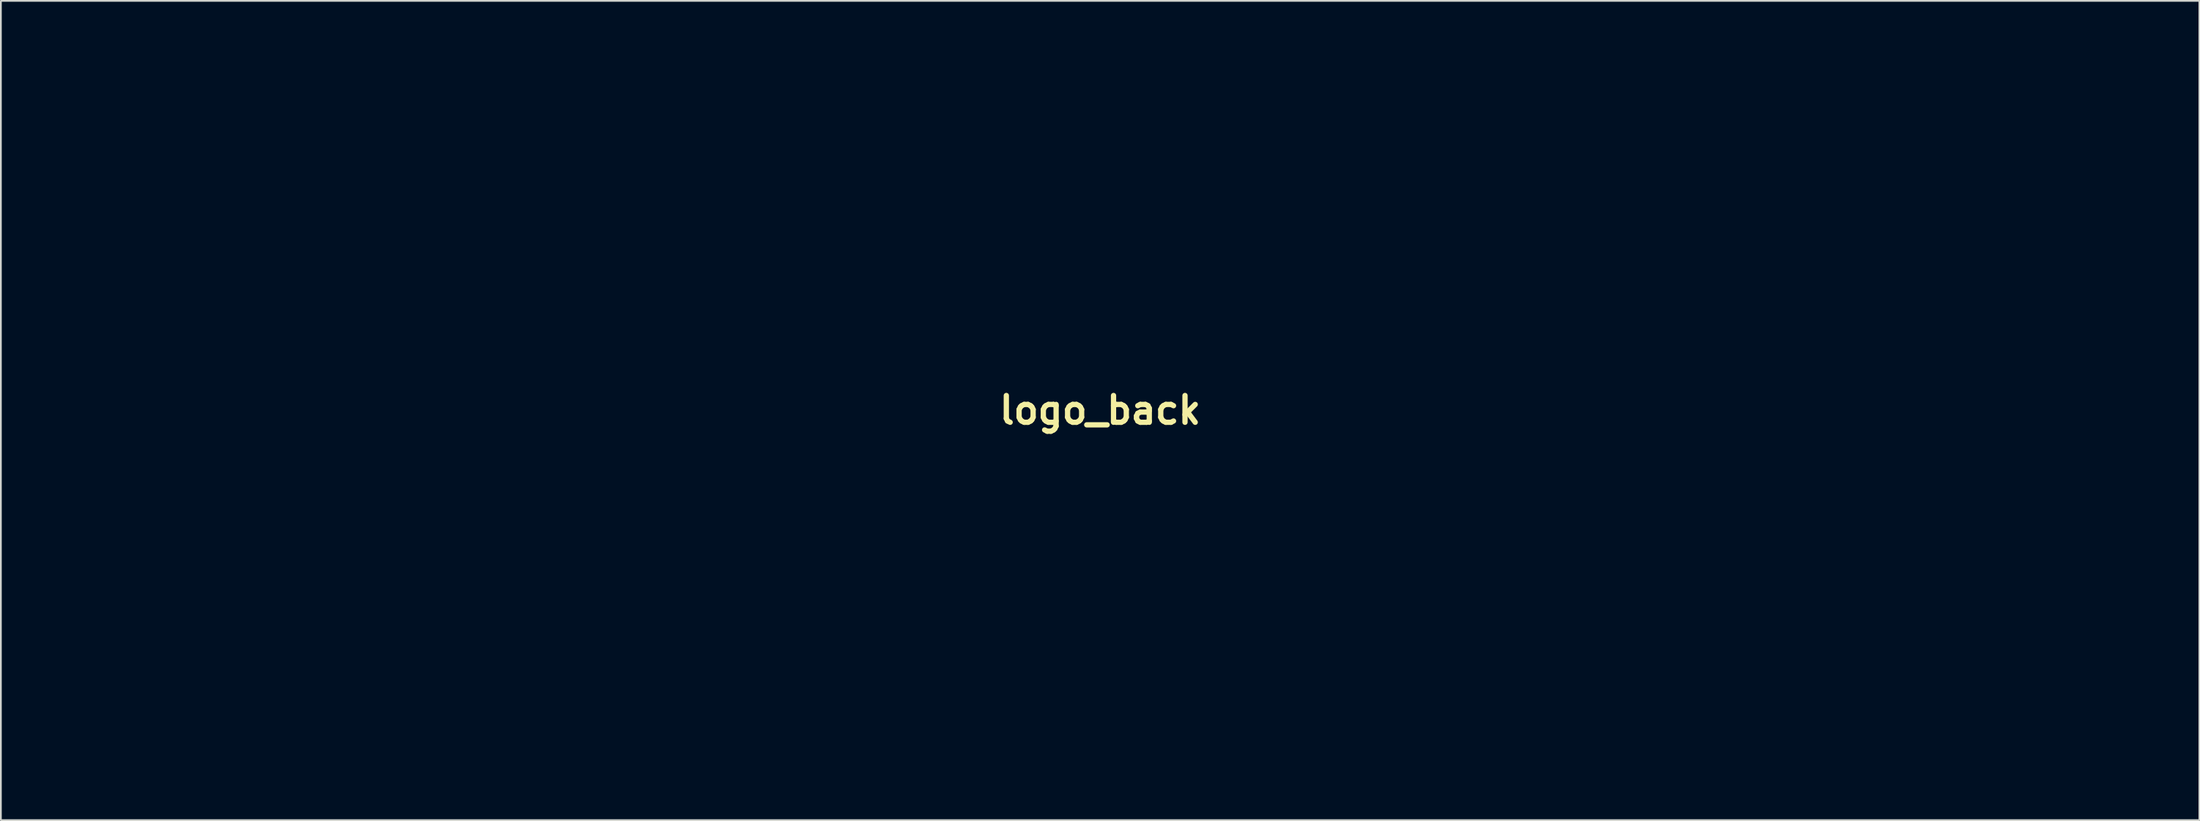
<source format=kicad_pcb>
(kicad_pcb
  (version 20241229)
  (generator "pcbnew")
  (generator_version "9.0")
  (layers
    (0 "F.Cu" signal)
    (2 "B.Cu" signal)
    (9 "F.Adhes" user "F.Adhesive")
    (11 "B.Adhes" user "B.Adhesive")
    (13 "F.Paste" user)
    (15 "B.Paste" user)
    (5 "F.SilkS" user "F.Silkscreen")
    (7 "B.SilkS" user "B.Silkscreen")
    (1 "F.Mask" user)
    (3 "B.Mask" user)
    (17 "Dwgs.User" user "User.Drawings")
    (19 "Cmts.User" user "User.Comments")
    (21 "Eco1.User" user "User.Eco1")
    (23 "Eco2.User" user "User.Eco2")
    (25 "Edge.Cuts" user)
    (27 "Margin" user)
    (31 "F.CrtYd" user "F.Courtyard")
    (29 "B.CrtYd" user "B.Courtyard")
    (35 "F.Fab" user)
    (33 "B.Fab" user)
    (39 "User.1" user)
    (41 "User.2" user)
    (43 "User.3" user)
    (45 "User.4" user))
  (footprint "logo_back"
    (layer "F.Cu")
    (at 59.505 20.287)
    (property "Reference" "logo_back" (at 0 0 0) (layer "F.SilkS") (effects (font (size 1.524 1.524) (thickness 0.3))))
    (attr through_hole)
    (fp_poly (pts (xy -39.306 13.208) (xy -43.021 13.208) (xy -43.021 -12.192) (xy -39.306 -12.192) (xy -39.306 13.208)) (stroke (width 0.01) (type solid)) (fill yes) (layer "F.Mask"))
    (fp_poly (pts (xy 25.94 19.241) (xy -59.499 19.241) (xy -59.499 16.256) (xy 25.94 16.256) (xy 25.94 19.241)) (stroke (width 0.01) (type solid)) (fill yes) (layer "F.Mask"))
    (fp_poly (pts (xy 25.971 13.208) (xy 22.257 13.208) (xy 22.257 -12.192) (xy 25.971 -12.192) (xy 25.971 13.208)) (stroke (width 0.01) (type solid)) (fill yes) (layer "F.Mask"))
    (fp_poly (pts (xy 59.499 19.241) (xy 37.56 19.241) (xy 37.56 16.256) (xy 59.499 16.256) (xy 59.499 19.241)) (stroke (width 0.01) (type solid)) (fill yes) (layer "F.Mask"))
    (fp_poly (pts (xy 24.273 -20.279) (xy 24.554 -20.253) (xy 24.781 -20.207) (xy 25.096 -20.09) (xy 25.383 -19.918) (xy 25.637 -19.697) (xy 25.853 -19.43) (xy 26.028 -19.124) (xy 26.157 -18.781) (xy 26.168 -18.742) (xy 26.209 -18.533) (xy 26.233 -18.284) (xy 26.24 -18.016) (xy 26.23 -17.747) (xy 26.203 -17.5) (xy 26.166 -17.32) (xy 26.038 -16.943) (xy 25.87 -16.616) (xy 25.664 -16.338) (xy 25.419 -16.11) (xy 25.136 -15.933) (xy 24.816 -15.807) (xy 24.779 -15.796) (xy 24.636 -15.768) (xy 24.449 -15.747) (xy 24.234 -15.733) (xy 24.011 -15.728) (xy 23.798 -15.731) (xy 23.614 -15.744) (xy 23.495 -15.762) (xy 23.269 -15.819) (xy 23.073 -15.895) (xy 22.878 -16.001) (xy 22.786 -16.059) (xy 22.576 -16.223) (xy 22.401 -16.42) (xy 22.25 -16.664) (xy 22.211 -16.744) (xy 22.061 -17.128) (xy 21.968 -17.539) (xy 21.931 -17.974) (xy 21.943 -18.348) (xy 22.002 -18.727) (xy 22.108 -19.074) (xy 22.26 -19.384) (xy 22.455 -19.654) (xy 22.691 -19.88) (xy 22.964 -20.058) (xy 23.177 -20.153) (xy 23.409 -20.218) (xy 23.682 -20.261) (xy 23.976 -20.282) (xy 24.273 -20.279)) (stroke (width 0.01) (type solid)) (fill yes) (layer "F.Mask"))
    (fp_poly (pts (xy -41.086 -20.278) (xy -40.746 -20.249) (xy -40.454 -20.193) (xy -40.201 -20.106) (xy -39.976 -19.984) (xy -39.768 -19.823) (xy -39.672 -19.732) (xy -39.435 -19.455) (xy -39.253 -19.154) (xy -39.125 -18.825) (xy -39.05 -18.466) (xy -39.026 -18.073) (xy -39.032 -17.891) (xy -39.053 -17.622) (xy -39.091 -17.391) (xy -39.15 -17.177) (xy -39.238 -16.955) (xy -39.31 -16.8) (xy -39.486 -16.496) (xy -39.694 -16.245) (xy -39.937 -16.045) (xy -40.22 -15.892) (xy -40.497 -15.796) (xy -40.649 -15.766) (xy -40.846 -15.744) (xy -41.068 -15.731) (xy -41.297 -15.728) (xy -41.515 -15.733) (xy -41.702 -15.749) (xy -41.799 -15.765) (xy -42.042 -15.837) (xy -42.287 -15.944) (xy -42.511 -16.075) (xy -42.695 -16.22) (xy -42.709 -16.234) (xy -42.868 -16.423) (xy -43.013 -16.661) (xy -43.14 -16.935) (xy -43.241 -17.23) (xy -43.305 -17.508) (xy -43.327 -17.687) (xy -43.337 -17.906) (xy -43.336 -18.14) (xy -43.324 -18.368) (xy -43.302 -18.566) (xy -43.293 -18.616) (xy -43.197 -18.98) (xy -43.055 -19.304) (xy -42.871 -19.586) (xy -42.646 -19.822) (xy -42.382 -20.011) (xy -42.276 -20.067) (xy -42.025 -20.172) (xy -41.769 -20.241) (xy -41.492 -20.277) (xy -41.178 -20.282) (xy -41.086 -20.278)) (stroke (width 0.01) (type solid)) (fill yes) (layer "F.Mask"))
    (fp_poly (pts (xy 17.041 -12.491) (xy 17.234 -12.488) (xy 17.389 -12.482) (xy 17.518 -12.473) (xy 17.632 -12.459) (xy 17.744 -12.44) (xy 17.843 -12.419) (xy 18.299 -12.303) (xy 18.708 -12.158) (xy 19.087 -11.979) (xy 19.45 -11.758) (xy 19.79 -11.505) (xy 19.875 -11.437) (xy 19.364 -9.822) (xy 19.266 -9.515) (xy 19.175 -9.226) (xy 19.09 -8.961) (xy 19.015 -8.726) (xy 18.951 -8.526) (xy 18.9 -8.367) (xy 18.863 -8.254) (xy 18.843 -8.194) (xy 18.839 -8.185) (xy 18.808 -8.191) (xy 18.731 -8.22) (xy 18.619 -8.27) (xy 18.484 -8.335) (xy 18.454 -8.35) (xy 17.955 -8.571) (xy 17.461 -8.728) (xy 16.973 -8.822) (xy 16.49 -8.852) (xy 16.012 -8.82) (xy 15.54 -8.724) (xy 15.497 -8.713) (xy 15.246 -8.627) (xy 14.971 -8.507) (xy 14.693 -8.364) (xy 14.434 -8.209) (xy 14.256 -8.086) (xy 14.051 -7.917) (xy 13.829 -7.711) (xy 13.604 -7.482) (xy 13.393 -7.248) (xy 13.21 -7.023) (xy 13.183 -6.988) (xy 12.986 -6.721) (xy 12.986 13.208) (xy 9.271 13.208) (xy 9.271 -12.192) (xy 11.806 -12.192) (xy 12.146 -11.168) (xy 12.227 -10.925) (xy 12.302 -10.702) (xy 12.369 -10.504) (xy 12.425 -10.341) (xy 12.469 -10.218) (xy 12.496 -10.143) (xy 12.506 -10.122) (xy 12.531 -10.137) (xy 12.585 -10.196) (xy 12.661 -10.288) (xy 12.751 -10.405) (xy 12.764 -10.422) (xy 13.137 -10.879) (xy 13.543 -11.282) (xy 13.979 -11.632) (xy 14.445 -11.926) (xy 14.938 -12.165) (xy 15.457 -12.345) (xy 15.758 -12.421) (xy 15.875 -12.445) (xy 15.986 -12.463) (xy 16.102 -12.476) (xy 16.235 -12.484) (xy 16.399 -12.489) (xy 16.605 -12.491) (xy 16.796 -12.491) (xy 17.041 -12.491)) (stroke (width 0.01) (type solid)) (fill yes) (layer "F.Mask"))
    (fp_poly (pts (xy -27.274 -12.496) (xy -27.093 -12.48) (xy -26.518 -12.381) (xy -25.972 -12.227) (xy -25.445 -12.016) (xy -25.416 -12.003) (xy -25.046 -11.81) (xy -24.711 -11.594) (xy -24.398 -11.342) (xy -24.091 -11.046) (xy -23.95 -10.894) (xy -23.628 -10.501) (xy -23.349 -10.089) (xy -23.11 -9.651) (xy -22.909 -9.18) (xy -22.743 -8.671) (xy -22.609 -8.115) (xy -22.521 -7.619) (xy -22.516 -7.582) (xy -22.511 -7.54) (xy -22.506 -7.492) (xy -22.502 -7.435) (xy -22.498 -7.367) (xy -22.494 -7.286) (xy -22.491 -7.19) (xy -22.488 -7.077) (xy -22.485 -6.944) (xy -22.482 -6.79) (xy -22.48 -6.612) (xy -22.477 -6.409) (xy -22.475 -6.178) (xy -22.473 -5.917) (xy -22.471 -5.624) (xy -22.47 -5.297) (xy -22.468 -4.933) (xy -22.467 -4.532) (xy -22.466 -4.09) (xy -22.464 -3.605) (xy -22.463 -3.076) (xy -22.462 -2.5) (xy -22.461 -1.875) (xy -22.46 -1.199) (xy -22.459 -0.471) (xy -22.458 0.313) (xy -22.458 1.155) (xy -22.457 2.055) (xy -22.456 2.977) (xy -22.446 13.208) (xy -26.162 13.208) (xy -26.162 3.596) (xy -26.162 2.54) (xy -26.163 1.541) (xy -26.163 0.601) (xy -26.164 -0.282) (xy -26.165 -1.105) (xy -26.166 -1.87) (xy -26.168 -2.575) (xy -26.169 -3.22) (xy -26.171 -3.806) (xy -26.173 -4.331) (xy -26.175 -4.795) (xy -26.178 -5.198) (xy -26.181 -5.539) (xy -26.183 -5.819) (xy -26.187 -6.036) (xy -26.19 -6.191) (xy -26.193 -6.282) (xy -26.195 -6.302) (xy -26.262 -6.725) (xy -26.365 -7.121) (xy -26.5 -7.482) (xy -26.664 -7.803) (xy -26.855 -8.078) (xy -27.07 -8.302) (xy -27.16 -8.374) (xy -27.355 -8.507) (xy -27.543 -8.608) (xy -27.746 -8.689) (xy -27.969 -8.755) (xy -28.098 -8.787) (xy -28.215 -8.809) (xy -28.335 -8.824) (xy -28.475 -8.832) (xy -28.653 -8.836) (xy -28.781 -8.837) (xy -28.997 -8.836) (xy -29.166 -8.831) (xy -29.303 -8.82) (xy -29.425 -8.801) (xy -29.548 -8.774) (xy -29.559 -8.772) (xy -30.028 -8.629) (xy -30.471 -8.442) (xy -30.895 -8.203) (xy -31.311 -7.91) (xy -31.583 -7.686) (xy -31.749 -7.541) (xy -31.75 2.834) (xy -31.75 13.208) (xy -35.465 13.208) (xy -35.465 -12.193) (xy -34.191 -12.184) (xy -32.918 -12.176) (xy -32.63 -11.455) (xy -32.343 -10.734) (xy -32.165 -10.886) (xy -31.653 -11.282) (xy -31.103 -11.627) (xy -30.52 -11.92) (xy -29.907 -12.159) (xy -29.265 -12.343) (xy -28.91 -12.418) (xy -28.686 -12.451) (xy -28.418 -12.477) (xy -28.124 -12.496) (xy -27.824 -12.505) (xy -27.534 -12.505) (xy -27.274 -12.496)) (stroke (width 0.01) (type solid)) (fill yes) (layer "F.Mask"))
    (fp_poly (pts (xy 1.356 -18.098) (xy 1.357 -18.008) (xy 1.359 -17.863) (xy 1.36 -17.668) (xy 1.361 -17.427) (xy 1.362 -17.145) (xy 1.363 -16.825) (xy 1.364 -16.472) (xy 1.365 -16.092) (xy 1.365 -15.687) (xy 1.365 -15.263) (xy 1.365 -15.161) (xy 1.365 -12.192) (xy 5.588 -12.192) (xy 5.588 -9.049) (xy 1.365 -9.049) (xy 1.365 -0.798) (xy 1.365 0.069) (xy 1.365 0.874) (xy 1.365 1.621) (xy 1.365 2.311) (xy 1.366 2.947) (xy 1.366 3.532) (xy 1.366 4.067) (xy 1.367 4.555) (xy 1.368 4.999) (xy 1.37 5.401) (xy 1.371 5.763) (xy 1.373 6.087) (xy 1.376 6.376) (xy 1.379 6.633) (xy 1.382 6.859) (xy 1.386 7.057) (xy 1.391 7.23) (xy 1.396 7.379) (xy 1.402 7.507) (xy 1.409 7.617) (xy 1.416 7.711) (xy 1.424 7.791) (xy 1.433 7.86) (xy 1.443 7.919) (xy 1.453 7.972) (xy 1.465 8.021) (xy 1.477 8.067) (xy 1.491 8.114) (xy 1.505 8.164) (xy 1.513 8.191) (xy 1.654 8.576) (xy 1.843 8.922) (xy 2.077 9.228) (xy 2.353 9.489) (xy 2.666 9.703) (xy 3.013 9.867) (xy 3.39 9.977) (xy 3.761 10.029) (xy 4.077 10.036) (xy 4.391 10.017) (xy 4.679 9.973) (xy 4.767 9.953) (xy 4.93 9.901) (xy 5.125 9.823) (xy 5.335 9.727) (xy 5.538 9.623) (xy 5.716 9.52) (xy 5.728 9.512) (xy 5.821 9.455) (xy 5.89 9.416) (xy 5.922 9.404) (xy 5.922 9.404) (xy 5.933 9.435) (xy 5.962 9.522) (xy 6.005 9.657) (xy 6.063 9.836) (xy 6.132 10.052) (xy 6.212 10.301) (xy 6.299 10.577) (xy 6.393 10.873) (xy 6.428 10.983) (xy 6.543 11.349) (xy 6.64 11.659) (xy 6.719 11.916) (xy 6.781 12.125) (xy 6.828 12.289) (xy 6.861 12.412) (xy 6.88 12.499) (xy 6.888 12.552) (xy 6.885 12.577) (xy 6.883 12.579) (xy 6.392 12.867) (xy 5.864 13.106) (xy 5.304 13.295) (xy 4.717 13.432) (xy 4.107 13.517) (xy 3.479 13.549) (xy 2.837 13.526) (xy 2.778 13.521) (xy 2.387 13.474) (xy 1.99 13.4) (xy 1.602 13.304) (xy 1.239 13.189) (xy 0.917 13.06) (xy 0.806 13.007) (xy 0.655 12.925) (xy 0.473 12.816) (xy 0.28 12.692) (xy 0.095 12.568) (xy -0.063 12.455) (xy -0.111 12.417) (xy -0.183 12.355) (xy -0.287 12.261) (xy -0.407 12.147) (xy -0.532 12.026) (xy -0.534 12.024) (xy -0.848 11.674) (xy -1.135 11.27) (xy -1.394 10.817) (xy -1.622 10.321) (xy -1.816 9.785) (xy -1.974 9.215) (xy -2.034 8.946) (xy -2.051 8.863) (xy -2.067 8.787) (xy -2.082 8.717) (xy -2.096 8.65) (xy -2.108 8.584) (xy -2.12 8.516) (xy -2.131 8.443) (xy -2.141 8.364) (xy -2.15 8.276) (xy -2.158 8.177) (xy -2.165 8.064) (xy -2.171 7.934) (xy -2.177 7.786) (xy -2.183 7.617) (xy -2.187 7.425) (xy -2.191 7.207) (xy -2.195 6.961) (xy -2.198 6.684) (xy -2.2 6.374) (xy -2.202 6.028) (xy -2.204 5.645) (xy -2.206 5.222) (xy -2.207 4.756) (xy -2.208 4.245) (xy -2.209 3.687) (xy -2.21 3.079) (xy -2.211 2.418) (xy -2.212 1.703) (xy -2.212 0.932) (xy -2.213 0.1) (xy -2.214 -0.531) (xy -2.224 -9.048) (xy -4.969 -9.065) (xy -4.977 -10.628) (xy -4.985 -12.192) (xy -2.223 -12.192) (xy -2.207 -16.644) (xy -0.432 -17.386) (xy -0.115 -17.519) (xy 0.184 -17.644) (xy 0.46 -17.759) (xy 0.708 -17.863) (xy 0.924 -17.952) (xy 1.101 -18.026) (xy 1.235 -18.081) (xy 1.321 -18.116) (xy 1.354 -18.129) (xy 1.354 -18.129) (xy 1.356 -18.098)) (stroke (width 0.01) (type solid)) (fill yes) (layer "F.Mask"))
    (fp_poly (pts (xy -55.618 -19.327) (xy -55.04 -19.326) (xy -54.521 -19.324) (xy -54.058 -19.322) (xy -53.646 -19.321) (xy -53.283 -19.319) (xy -52.963 -19.316) (xy -52.684 -19.313) (xy -52.441 -19.309) (xy -52.23 -19.305) (xy -52.048 -19.299) (xy -51.89 -19.292) (xy -51.752 -19.284) (xy -51.631 -19.275) (xy -51.523 -19.264) (xy -51.424 -19.251) (xy -51.33 -19.236) (xy -51.237 -19.22) (xy -51.141 -19.201) (xy -51.039 -19.18) (xy -50.943 -19.16) (xy -50.557 -19.063) (xy -50.149 -18.926) (xy -49.738 -18.758) (xy -49.341 -18.566) (xy -48.976 -18.359) (xy -48.74 -18.202) (xy -48.312 -17.863) (xy -47.927 -17.493) (xy -47.584 -17.087) (xy -47.28 -16.643) (xy -47.016 -16.158) (xy -46.789 -15.631) (xy -46.598 -15.058) (xy -46.442 -14.437) (xy -46.319 -13.765) (xy -46.254 -13.271) (xy -46.247 -13.176) (xy -46.24 -13.022) (xy -46.234 -12.816) (xy -46.229 -12.562) (xy -46.224 -12.267) (xy -46.22 -11.934) (xy -46.217 -11.571) (xy -46.214 -11.181) (xy -46.212 -10.77) (xy -46.21 -10.343) (xy -46.209 -9.906) (xy -46.209 -9.464) (xy -46.209 -9.022) (xy -46.21 -8.586) (xy -46.211 -8.16) (xy -46.214 -7.751) (xy -46.216 -7.362) (xy -46.22 -7.001) (xy -46.224 -6.671) (xy -46.228 -6.378) (xy -46.233 -6.127) (xy -46.239 -5.925) (xy -46.246 -5.775) (xy -46.253 -5.683) (xy -46.253 -5.683) (xy -46.338 -5.082) (xy -46.439 -4.535) (xy -46.559 -4.035) (xy -46.699 -3.574) (xy -46.861 -3.145) (xy -47.037 -2.762) (xy -47.33 -2.246) (xy -47.669 -1.772) (xy -48.053 -1.342) (xy -48.48 -0.958) (xy -48.948 -0.62) (xy -49.456 -0.329) (xy -50.002 -0.088) (xy -50.584 0.104) (xy -51.165 0.237) (xy -51.344 0.268) (xy -51.523 0.295) (xy -51.711 0.317) (xy -51.913 0.335) (xy -52.135 0.35) (xy -52.386 0.361) (xy -52.67 0.369) (xy -52.994 0.375) (xy -53.366 0.379) (xy -53.791 0.381) (xy -54.031 0.381) (xy -55.594 0.381) (xy -55.594 13.208) (xy -59.404 13.208) (xy -59.404 -3.329) (xy -55.594 -3.329) (xy -53.983 -3.342) (xy -53.611 -3.346) (xy -53.296 -3.349) (xy -53.033 -3.353) (xy -52.817 -3.357) (xy -52.64 -3.362) (xy -52.497 -3.368) (xy -52.383 -3.375) (xy -52.291 -3.384) (xy -52.216 -3.394) (xy -52.152 -3.407) (xy -52.133 -3.411) (xy -51.729 -3.534) (xy -51.365 -3.705) (xy -51.042 -3.923) (xy -50.763 -4.188) (xy -50.528 -4.497) (xy -50.338 -4.851) (xy -50.235 -5.121) (xy -50.194 -5.245) (xy -50.158 -5.363) (xy -50.126 -5.48) (xy -50.098 -5.598) (xy -50.074 -5.723) (xy -50.053 -5.857) (xy -50.035 -6.006) (xy -50.02 -6.174) (xy -50.007 -6.364) (xy -49.997 -6.58) (xy -49.99 -6.828) (xy -49.985 -7.11) (xy -49.981 -7.43) (xy -49.979 -7.794) (xy -49.978 -8.205) (xy -49.979 -8.667) (xy -49.981 -9.184) (xy -49.983 -9.76) (xy -49.983 -9.779) (xy -49.985 -10.29) (xy -49.987 -10.741) (xy -49.989 -11.138) (xy -49.992 -11.483) (xy -49.994 -11.782) (xy -49.996 -12.037) (xy -49.999 -12.255) (xy -50.003 -12.438) (xy -50.007 -12.591) (xy -50.012 -12.719) (xy -50.017 -12.824) (xy -50.023 -12.912) (xy -50.03 -12.987) (xy -50.039 -13.052) (xy -50.048 -13.112) (xy -50.059 -13.172) (xy -50.063 -13.192) (xy -50.165 -13.622) (xy -50.301 -14.015) (xy -50.468 -14.365) (xy -50.662 -14.664) (xy -50.677 -14.684) (xy -50.902 -14.924) (xy -51.176 -15.139) (xy -51.491 -15.322) (xy -51.836 -15.467) (xy -52.038 -15.529) (xy -52.1 -15.545) (xy -52.16 -15.559) (xy -52.223 -15.57) (xy -52.297 -15.58) (xy -52.385 -15.587) (xy -52.495 -15.593) (xy -52.633 -15.598) (xy -52.805 -15.602) (xy -53.015 -15.605) (xy -53.272 -15.608) (xy -53.58 -15.611) (xy -53.945 -15.613) (xy -53.951 -15.613) (xy -55.594 -15.625) (xy -55.594 -3.329) (xy -59.404 -3.329) (xy -59.404 -19.338) (xy -55.618 -19.327)) (stroke (width 0.01) (type solid)) (fill yes) (layer "F.Mask"))
    (fp_poly (pts (xy 37.608 -12.504) (xy 37.889 -12.495) (xy 38.16 -12.479) (xy 38.405 -12.455) (xy 38.607 -12.426) (xy 38.64 -12.419) (xy 39.178 -12.282) (xy 39.672 -12.102) (xy 40.127 -11.876) (xy 40.549 -11.601) (xy 40.941 -11.276) (xy 41.073 -11.149) (xy 41.358 -10.843) (xy 41.608 -10.533) (xy 41.829 -10.204) (xy 42.028 -9.846) (xy 42.213 -9.446) (xy 42.359 -9.081) (xy 42.531 -8.566) (xy 42.66 -8.04) (xy 42.751 -7.488) (xy 42.798 -7.017) (xy 42.802 -6.936) (xy 42.805 -6.796) (xy 42.809 -6.6) (xy 42.812 -6.35) (xy 42.814 -6.052) (xy 42.817 -5.707) (xy 42.819 -5.321) (xy 42.821 -4.897) (xy 42.823 -4.437) (xy 42.825 -3.946) (xy 42.826 -3.428) (xy 42.828 -2.885) (xy 42.829 -2.322) (xy 42.83 -1.741) (xy 42.83 -1.148) (xy 42.831 -0.544) (xy 42.831 0.065) (xy 42.831 0.678) (xy 42.831 1.289) (xy 42.831 1.896) (xy 42.83 2.495) (xy 42.829 3.083) (xy 42.828 3.655) (xy 42.827 4.208) (xy 42.826 4.739) (xy 42.824 5.244) (xy 42.822 5.72) (xy 42.82 6.163) (xy 42.818 6.568) (xy 42.816 6.934) (xy 42.813 7.256) (xy 42.81 7.53) (xy 42.807 7.753) (xy 42.804 7.922) (xy 42.8 8.032) (xy 42.799 8.065) (xy 42.72 8.751) (xy 42.589 9.403) (xy 42.407 10.021) (xy 42.173 10.604) (xy 41.889 11.15) (xy 41.554 11.658) (xy 41.473 11.765) (xy 41.139 12.147) (xy 40.764 12.484) (xy 40.353 12.775) (xy 39.911 13.02) (xy 39.441 13.219) (xy 38.948 13.372) (xy 38.437 13.477) (xy 37.912 13.536) (xy 37.378 13.547) (xy 36.838 13.51) (xy 36.297 13.425) (xy 35.759 13.292) (xy 35.23 13.11) (xy 34.713 12.879) (xy 34.212 12.599) (xy 33.782 12.306) (xy 33.544 12.128) (xy 33.536 16.224) (xy 33.528 20.32) (xy 29.813 20.32) (xy 29.813 -7.415) (xy 33.528 -7.415) (xy 33.528 8.474) (xy 33.838 8.748) (xy 34.235 9.072) (xy 34.629 9.337) (xy 35.028 9.548) (xy 35.44 9.707) (xy 35.872 9.82) (xy 35.924 9.83) (xy 36.077 9.85) (xy 36.275 9.861) (xy 36.498 9.863) (xy 36.73 9.858) (xy 36.954 9.846) (xy 37.153 9.827) (xy 37.31 9.801) (xy 37.338 9.794) (xy 37.682 9.677) (xy 37.988 9.513) (xy 38.256 9.302) (xy 38.487 9.042) (xy 38.682 8.732) (xy 38.841 8.372) (xy 38.967 7.959) (xy 39.059 7.493) (xy 39.064 7.45) (xy 39.068 7.385) (xy 39.072 7.296) (xy 39.076 7.182) (xy 39.08 7.039) (xy 39.083 6.865) (xy 39.086 6.659) (xy 39.088 6.417) (xy 39.09 6.138) (xy 39.092 5.819) (xy 39.094 5.458) (xy 39.096 5.053) (xy 39.097 4.601) (xy 39.098 4.1) (xy 39.099 3.548) (xy 39.099 2.943) (xy 39.1 2.282) (xy 39.1 1.562) (xy 39.1 0.782) (xy 39.1 0.476) (xy 39.1 -0.297) (xy 39.1 -1.009) (xy 39.1 -1.663) (xy 39.1 -2.262) (xy 39.099 -2.807) (xy 39.099 -3.302) (xy 39.098 -3.749) (xy 39.097 -4.151) (xy 39.096 -4.511) (xy 39.095 -4.83) (xy 39.093 -5.113) (xy 39.091 -5.36) (xy 39.089 -5.576) (xy 39.087 -5.762) (xy 39.084 -5.922) (xy 39.081 -6.057) (xy 39.078 -6.171) (xy 39.074 -6.266) (xy 39.069 -6.344) (xy 39.065 -6.409) (xy 39.06 -6.463) (xy 39.054 -6.508) (xy 39.048 -6.548) (xy 39.043 -6.572) (xy 38.937 -7.027) (xy 38.8 -7.427) (xy 38.629 -7.775) (xy 38.425 -8.071) (xy 38.185 -8.319) (xy 37.908 -8.518) (xy 37.593 -8.672) (xy 37.282 -8.77) (xy 37.082 -8.807) (xy 36.84 -8.83) (xy 36.576 -8.84) (xy 36.31 -8.837) (xy 36.062 -8.821) (xy 35.851 -8.79) (xy 35.823 -8.784) (xy 35.343 -8.644) (xy 34.879 -8.444) (xy 34.436 -8.188) (xy 34.021 -7.879) (xy 33.742 -7.626) (xy 33.528 -7.415) (xy 29.813 -7.415) (xy 29.813 -12.192) (xy 32.346 -12.192) (xy 32.658 -11.402) (xy 32.97 -10.611) (xy 33.162 -10.786) (xy 33.663 -11.199) (xy 34.198 -11.559) (xy 34.763 -11.866) (xy 35.354 -12.116) (xy 35.968 -12.309) (xy 36.599 -12.442) (xy 36.875 -12.481) (xy 37.084 -12.497) (xy 37.334 -12.505) (xy 37.608 -12.504)) (stroke (width 0.01) (type solid)) (fill yes) (layer "F.Mask"))
    (fp_poly (pts (xy -12.314 -12.497) (xy -11.797 -12.457) (xy -11.313 -12.388) (xy -10.848 -12.287) (xy -10.389 -12.152) (xy -9.932 -11.984) (xy -9.409 -11.746) (xy -8.938 -11.473) (xy -8.518 -11.163) (xy -8.145 -10.813) (xy -7.818 -10.422) (xy -7.535 -9.986) (xy -7.294 -9.504) (xy -7.093 -8.974) (xy -7.086 -8.954) (xy -7.007 -8.699) (xy -6.942 -8.459) (xy -6.889 -8.223) (xy -6.847 -7.984) (xy -6.814 -7.731) (xy -6.791 -7.454) (xy -6.775 -7.146) (xy -6.766 -6.795) (xy -6.763 -6.393) (xy -6.763 -6.267) (xy -6.763 -5.271) (xy -8.441 -5.271) (xy -10.12 -5.271) (xy -10.137 -6.104) (xy -10.147 -6.435) (xy -10.159 -6.713) (xy -10.178 -6.946) (xy -10.203 -7.145) (xy -10.237 -7.318) (xy -10.281 -7.475) (xy -10.337 -7.626) (xy -10.405 -7.781) (xy -10.415 -7.801) (xy -10.588 -8.089) (xy -10.81 -8.345) (xy -11.071 -8.559) (xy -11.307 -8.696) (xy -11.662 -8.839) (xy -12.047 -8.939) (xy -12.467 -8.997) (xy -12.929 -9.013) (xy -13.128 -9.008) (xy -13.56 -8.975) (xy -13.941 -8.913) (xy -14.279 -8.82) (xy -14.58 -8.693) (xy -14.792 -8.572) (xy -15.058 -8.364) (xy -15.281 -8.112) (xy -15.462 -7.822) (xy -15.598 -7.499) (xy -15.689 -7.149) (xy -15.734 -6.775) (xy -15.731 -6.385) (xy -15.68 -5.982) (xy -15.579 -5.572) (xy -15.479 -5.287) (xy -15.339 -4.98) (xy -15.152 -4.661) (xy -14.917 -4.325) (xy -14.628 -3.966) (xy -14.601 -3.933) (xy -14.484 -3.802) (xy -14.329 -3.635) (xy -14.143 -3.44) (xy -13.934 -3.225) (xy -13.71 -2.999) (xy -13.479 -2.767) (xy -13.249 -2.54) (xy -13.026 -2.324) (xy -12.82 -2.127) (xy -12.638 -1.957) (xy -12.621 -1.942) (xy -12.433 -1.77) (xy -12.227 -1.581) (xy -12.019 -1.389) (xy -11.826 -1.211) (xy -11.684 -1.079) (xy -11.504 -0.913) (xy -11.299 -0.726) (xy -11.09 -0.536) (xy -10.897 -0.363) (xy -10.827 -0.301) (xy -10.417 0.071) (xy -10.013 0.455) (xy -9.621 0.844) (xy -9.248 1.23) (xy -8.901 1.607) (xy -8.586 1.968) (xy -8.31 2.307) (xy -8.078 2.615) (xy -8.075 2.619) (xy -7.731 3.143) (xy -7.443 3.664) (xy -7.206 4.194) (xy -7.014 4.746) (xy -6.92 5.085) (xy -6.778 5.754) (xy -6.686 6.425) (xy -6.645 7.091) (xy -6.653 7.748) (xy -6.711 8.391) (xy -6.817 9.014) (xy -6.971 9.611) (xy -7.173 10.178) (xy -7.421 10.709) (xy -7.55 10.938) (xy -7.861 11.406) (xy -8.206 11.826) (xy -8.588 12.197) (xy -9.007 12.521) (xy -9.467 12.799) (xy -9.968 13.032) (xy -10.513 13.221) (xy -11.102 13.367) (xy -11.739 13.47) (xy -11.811 13.479) (xy -11.973 13.495) (xy -12.178 13.509) (xy -12.411 13.522) (xy -12.659 13.532) (xy -12.909 13.54) (xy -13.145 13.545) (xy -13.354 13.546) (xy -13.523 13.543) (xy -13.605 13.538) (xy -14.177 13.484) (xy -14.693 13.413) (xy -15.158 13.324) (xy -15.577 13.217) (xy -15.756 13.161) (xy -16.304 12.955) (xy -16.801 12.718) (xy -17.253 12.446) (xy -17.665 12.135) (xy -18.043 11.782) (xy -18.074 11.749) (xy -18.433 11.326) (xy -18.741 10.864) (xy -19 10.364) (xy -19.207 9.827) (xy -19.364 9.253) (xy -19.469 8.643) (xy -19.495 8.409) (xy -19.503 8.288) (xy -19.509 8.108) (xy -19.515 7.876) (xy -19.518 7.596) (xy -19.521 7.274) (xy -19.521 6.915) (xy -19.52 6.525) (xy -19.52 6.411) (xy -19.51 4.774) (xy -17.843 5.206) (xy -16.177 5.639) (xy -16.159 6.733) (xy -16.154 7.042) (xy -16.148 7.296) (xy -16.141 7.501) (xy -16.134 7.665) (xy -16.125 7.796) (xy -16.113 7.901) (xy -16.1 7.987) (xy -16.084 8.061) (xy -15.961 8.455) (xy -15.794 8.802) (xy -15.583 9.104) (xy -15.329 9.36) (xy -15.03 9.571) (xy -14.687 9.738) (xy -14.667 9.746) (xy -14.445 9.824) (xy -14.23 9.885) (xy -14.008 9.929) (xy -13.765 9.958) (xy -13.488 9.976) (xy -13.165 9.983) (xy -13.081 9.983) (xy -12.829 9.983) (xy -12.629 9.979) (xy -12.469 9.972) (xy -12.337 9.961) (xy -12.221 9.944) (xy -12.129 9.926) (xy -11.719 9.812) (xy -11.357 9.657) (xy -11.043 9.46) (xy -10.774 9.22) (xy -10.552 8.937) (xy -10.374 8.609) (xy -10.24 8.235) (xy -10.149 7.816) (xy -10.126 7.648) (xy -10.098 7.145) (xy -10.132 6.654) (xy -10.229 6.175) (xy -10.387 5.709) (xy -10.432 5.604) (xy -10.553 5.354) (xy -10.696 5.099) (xy -10.863 4.836) (xy -11.058 4.562) (xy -11.282 4.274) (xy -11.539 3.968) (xy -11.831 3.643) (xy -12.16 3.295) (xy -12.529 2.921) (xy -12.94 2.518) (xy -13.396 2.084) (xy -13.9 1.615) (xy -14.034 1.493) (xy -14.389 1.166) (xy -14.743 0.838) (xy -15.089 0.514) (xy -15.423 0.2) (xy -15.739 -0.1) (xy -16.032 -0.38) (xy -16.297 -0.636) (xy -16.529 -0.864) (xy -16.722 -1.057) (xy -16.831 -1.168) (xy -17.32 -1.706) (xy -17.756 -2.247) (xy -18.138 -2.789) (xy -18.463 -3.329) (xy -18.729 -3.865) (xy -18.936 -4.393) (xy -19.006 -4.617) (xy -19.159 -5.242) (xy -19.261 -5.874) (xy -19.312 -6.507) (xy -19.313 -7.132) (xy -19.263 -7.743) (xy -19.162 -8.33) (xy -19.01 -8.888) (xy -19.001 -8.916) (xy -18.801 -9.418) (xy -18.546 -9.888) (xy -18.24 -10.326) (xy -17.885 -10.73) (xy -17.482 -11.097) (xy -17.035 -11.426) (xy -16.547 -11.714) (xy -16.018 -11.961) (xy -15.453 -12.163) (xy -14.852 -12.319) (xy -14.626 -12.365) (xy -14.304 -12.419) (xy -14.001 -12.459) (xy -13.696 -12.486) (xy -13.373 -12.502) (xy -13.011 -12.509) (xy -12.877 -12.51) (xy -12.314 -12.497)) (stroke (width 0.01) (type solid)) (fill yes) (layer "F.Mask"))
    (fp_poly (pts (xy 52.621 -12.501) (xy 53.298 -12.457) (xy 53.937 -12.362) (xy 54.537 -12.217) (xy 55.1 -12.02) (xy 55.625 -11.773) (xy 56.112 -11.475) (xy 56.562 -11.125) (xy 56.682 -11.017) (xy 57.015 -10.672) (xy 57.331 -10.272) (xy 57.624 -9.825) (xy 57.889 -9.339) (xy 58.123 -8.82) (xy 58.207 -8.604) (xy 58.365 -8.105) (xy 58.486 -7.562) (xy 58.572 -6.987) (xy 58.621 -6.388) (xy 58.633 -5.774) (xy 58.609 -5.156) (xy 58.549 -4.541) (xy 58.453 -3.941) (xy 58.32 -3.364) (xy 58.196 -2.949) (xy 58.002 -2.428) (xy 57.768 -1.919) (xy 57.493 -1.418) (xy 57.174 -0.923) (xy 56.808 -0.429) (xy 56.393 0.066) (xy 55.926 0.566) (xy 55.405 1.075) (xy 54.826 1.595) (xy 54.463 1.904) (xy 53.983 2.298) (xy 53.501 2.68) (xy 53.007 3.056) (xy 52.495 3.433) (xy 51.955 3.816) (xy 51.38 4.21) (xy 50.762 4.623) (xy 50.316 4.915) (xy 49.816 5.239) (xy 49.816 6.343) (xy 49.817 6.705) (xy 49.82 7.011) (xy 49.826 7.269) (xy 49.836 7.487) (xy 49.849 7.673) (xy 49.867 7.835) (xy 49.89 7.979) (xy 49.918 8.115) (xy 49.946 8.223) (xy 50.074 8.587) (xy 50.251 8.911) (xy 50.476 9.196) (xy 50.745 9.438) (xy 51.058 9.637) (xy 51.41 9.79) (xy 51.801 9.897) (xy 52.227 9.955) (xy 52.292 9.959) (xy 52.732 9.959) (xy 53.146 9.908) (xy 53.531 9.81) (xy 53.883 9.665) (xy 54.198 9.476) (xy 54.474 9.244) (xy 54.706 8.973) (xy 54.89 8.663) (xy 54.971 8.475) (xy 55.019 8.342) (xy 55.059 8.217) (xy 55.09 8.091) (xy 55.115 7.956) (xy 55.135 7.803) (xy 55.15 7.625) (xy 55.161 7.412) (xy 55.17 7.156) (xy 55.177 6.848) (xy 55.179 6.701) (xy 55.197 5.64) (xy 56.277 5.36) (xy 56.563 5.286) (xy 56.858 5.209) (xy 57.151 5.133) (xy 57.427 5.061) (xy 57.675 4.997) (xy 57.879 4.944) (xy 57.954 4.925) (xy 58.552 4.77) (xy 58.539 6.488) (xy 58.536 6.866) (xy 58.534 7.187) (xy 58.531 7.456) (xy 58.527 7.681) (xy 58.523 7.867) (xy 58.518 8.02) (xy 58.511 8.148) (xy 58.504 8.256) (xy 58.494 8.35) (xy 58.483 8.436) (xy 58.469 8.522) (xy 58.454 8.604) (xy 58.311 9.228) (xy 58.114 9.818) (xy 57.867 10.372) (xy 57.57 10.888) (xy 57.227 11.364) (xy 56.839 11.799) (xy 56.409 12.19) (xy 55.937 12.536) (xy 55.427 12.835) (xy 54.88 13.084) (xy 54.298 13.281) (xy 53.684 13.426) (xy 53.371 13.477) (xy 53.119 13.505) (xy 52.829 13.526) (xy 52.522 13.539) (xy 52.218 13.543) (xy 51.937 13.538) (xy 51.705 13.524) (xy 51.065 13.436) (xy 50.455 13.294) (xy 49.877 13.098) (xy 49.333 12.849) (xy 48.824 12.548) (xy 48.352 12.197) (xy 47.917 11.796) (xy 47.523 11.347) (xy 47.169 10.85) (xy 46.866 10.322) (xy 46.684 9.92) (xy 46.53 9.474) (xy 46.401 8.979) (xy 46.297 8.43) (xy 46.287 8.366) (xy 46.283 8.306) (xy 46.278 8.186) (xy 46.274 8.01) (xy 46.27 7.78) (xy 46.267 7.501) (xy 46.263 7.176) (xy 46.259 6.807) (xy 46.256 6.4) (xy 46.253 5.957) (xy 46.25 5.482) (xy 46.247 4.978) (xy 46.245 4.448) (xy 46.242 3.897) (xy 46.24 3.327) (xy 46.238 2.742) (xy 46.236 2.146) (xy 46.235 1.542) (xy 46.234 0.933) (xy 46.233 0.323) (xy 46.232 -0.284) (xy 46.231 -0.886) (xy 46.231 -1.478) (xy 46.231 -2.058) (xy 46.231 -2.366) (xy 49.816 -2.366) (xy 49.816 1.653) (xy 49.998 1.537) (xy 50.087 1.479) (xy 50.214 1.394) (xy 50.367 1.291) (xy 50.531 1.178) (xy 50.641 1.102) (xy 51.206 0.701) (xy 51.712 0.321) (xy 52.118 -0.004) (xy 52.277 -0.142) (xy 52.463 -0.312) (xy 52.667 -0.506) (xy 52.878 -0.712) (xy 53.087 -0.922) (xy 53.284 -1.126) (xy 53.459 -1.313) (xy 53.602 -1.474) (xy 53.669 -1.556) (xy 54.025 -2.037) (xy 54.321 -2.52) (xy 54.563 -3.012) (xy 54.752 -3.523) (xy 54.894 -4.061) (xy 54.99 -4.636) (xy 55.025 -4.969) (xy 55.051 -5.468) (xy 55.043 -5.956) (xy 55.003 -6.423) (xy 54.931 -6.862) (xy 54.83 -7.263) (xy 54.699 -7.618) (xy 54.654 -7.715) (xy 54.58 -7.858) (xy 54.509 -7.974) (xy 54.427 -8.082) (xy 54.32 -8.2) (xy 54.216 -8.306) (xy 53.917 -8.571) (xy 53.609 -8.778) (xy 53.282 -8.931) (xy 52.926 -9.035) (xy 52.648 -9.083) (xy 52.335 -9.101) (xy 52.005 -9.08) (xy 51.677 -9.024) (xy 51.37 -8.936) (xy 51.149 -8.842) (xy 50.86 -8.662) (xy 50.597 -8.429) (xy 50.366 -8.152) (xy 50.172 -7.839) (xy 50.021 -7.497) (xy 49.947 -7.255) (xy 49.929 -7.179) (xy 49.912 -7.103) (xy 49.897 -7.025) (xy 49.884 -6.94) (xy 49.872 -6.845) (xy 49.861 -6.737) (xy 49.852 -6.612) (xy 49.845 -6.466) (xy 49.838 -6.296) (xy 49.833 -6.098) (xy 49.828 -5.87) (xy 49.824 -5.607) (xy 49.822 -5.305) (xy 49.819 -4.962) (xy 49.818 -4.574) (xy 49.817 -4.137) (xy 49.816 -3.648) (xy 49.816 -3.103) (xy 49.816 -2.499) (xy 49.816 -2.366) (xy 46.231 -2.366) (xy 46.231 -2.621) (xy 46.232 -3.164) (xy 46.233 -3.685) (xy 46.234 -4.178) (xy 46.235 -4.642) (xy 46.237 -5.072) (xy 46.239 -5.464) (xy 46.241 -5.817) (xy 46.244 -6.125) (xy 46.247 -6.385) (xy 46.25 -6.595) (xy 46.254 -6.751) (xy 46.258 -6.848) (xy 46.258 -6.851) (xy 46.306 -7.364) (xy 46.38 -7.831) (xy 46.484 -8.268) (xy 46.621 -8.688) (xy 46.796 -9.105) (xy 46.858 -9.237) (xy 47.147 -9.76) (xy 47.485 -10.246) (xy 47.869 -10.694) (xy 48.294 -11.098) (xy 48.758 -11.456) (xy 49.255 -11.764) (xy 49.782 -12.019) (xy 50.167 -12.164) (xy 50.612 -12.297) (xy 51.048 -12.396) (xy 51.492 -12.462) (xy 51.958 -12.497) (xy 52.462 -12.504) (xy 52.621 -12.501)) (stroke (width 0.01) (type solid)) (fill yes) (layer "F.Mask")))
  (gr_rect
    (start -3 -3)
    (end 122.009 43.612)
    (stroke (width 0.1) (type default))
    (fill no)
    (layer "Edge.Cuts")))
</source>
